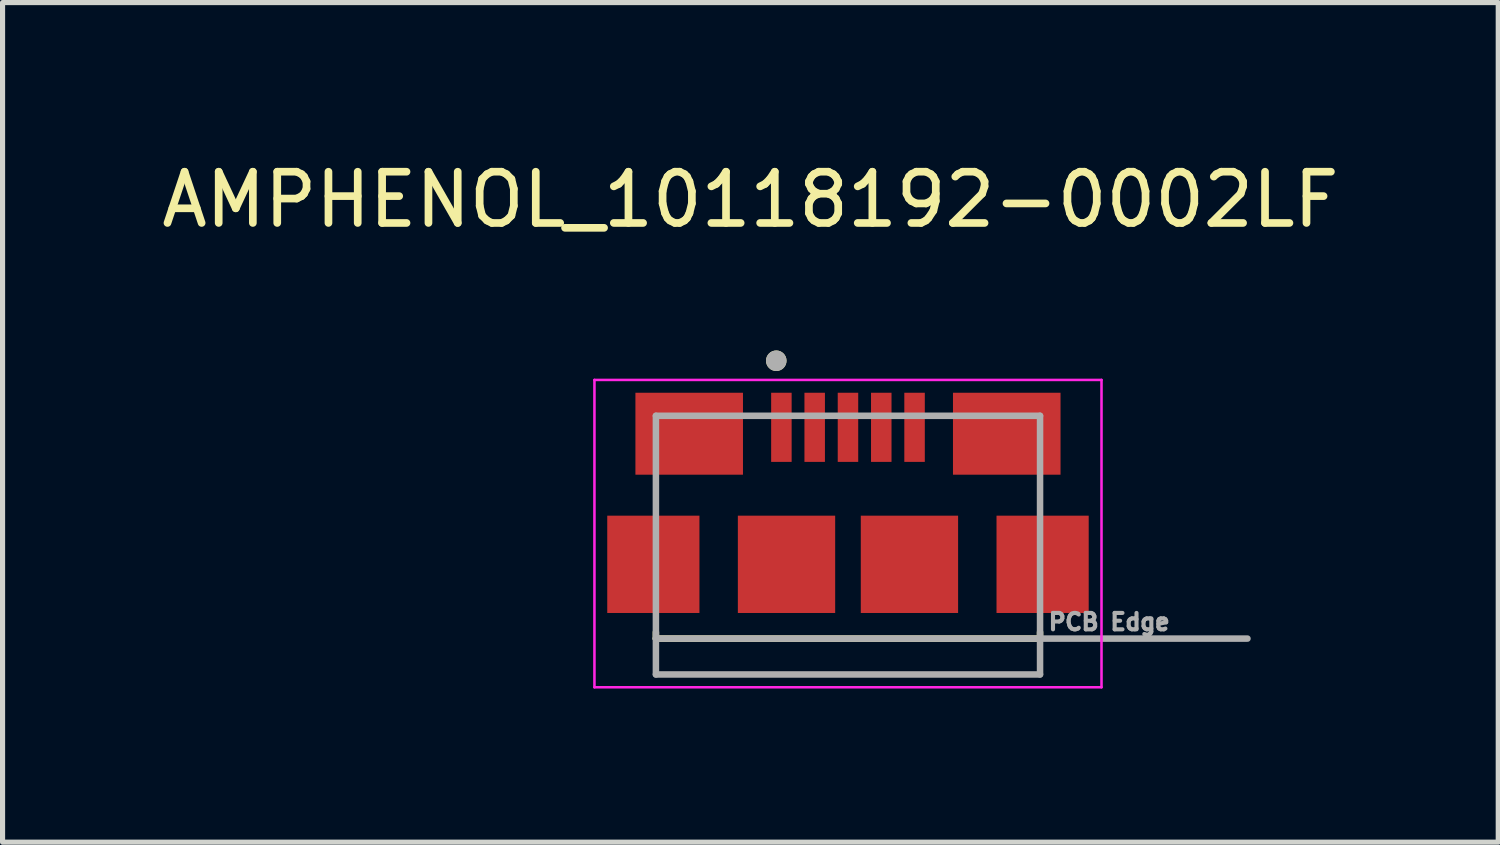
<source format=kicad_pcb>
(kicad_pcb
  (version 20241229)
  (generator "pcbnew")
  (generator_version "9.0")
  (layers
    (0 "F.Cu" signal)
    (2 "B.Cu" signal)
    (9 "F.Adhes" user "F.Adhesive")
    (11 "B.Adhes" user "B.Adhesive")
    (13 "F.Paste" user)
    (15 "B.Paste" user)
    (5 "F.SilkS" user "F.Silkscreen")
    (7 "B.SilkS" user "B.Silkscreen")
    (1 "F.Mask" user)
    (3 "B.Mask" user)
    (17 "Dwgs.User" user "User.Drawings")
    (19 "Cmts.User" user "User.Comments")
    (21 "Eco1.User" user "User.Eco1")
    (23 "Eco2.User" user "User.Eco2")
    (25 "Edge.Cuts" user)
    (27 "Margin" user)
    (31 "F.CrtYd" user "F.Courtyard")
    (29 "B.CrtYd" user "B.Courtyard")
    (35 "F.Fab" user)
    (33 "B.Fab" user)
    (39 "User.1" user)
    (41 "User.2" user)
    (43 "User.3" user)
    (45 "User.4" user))
  (footprint "AMPHENOL_10118192-0002LF"
    (layer "F.Cu")
    (at 13.506 5.293)
    (property "Reference" "AMPHENOL_10118192-0002LF" (at -1.905 -4.445 0) (layer "F.SilkS") (effects (font (size 1 1) (thickness 0.15))))
    (attr through_hole)
    (fp_line (start -3.75 4) (end -3.75 4.125) (stroke (width 0.127) (type solid)) (layer "F.SilkS"))
    (fp_line (start -3.75 4.125) (end 3.75 4.125) (stroke (width 0.127) (type solid)) (layer "F.SilkS"))
    (fp_line (start 3.75 4.125) (end 3.75 4) (stroke (width 0.127) (type solid)) (layer "F.SilkS"))
    (fp_circle (center -1.4 -1.3) (end -1.3 -1.3) (stroke (width 0.2) (type solid)) (fill no) (layer "F.SilkS"))
    (fp_line (start -4.95 -0.925) (end 4.95 -0.925) (stroke (width 0.05) (type solid)) (layer "F.CrtYd"))
    (fp_line (start -4.95 5.075) (end -4.95 -0.925) (stroke (width 0.05) (type solid)) (layer "F.CrtYd"))
    (fp_line (start 4.95 -0.925) (end 4.95 5.075) (stroke (width 0.05) (type solid)) (layer "F.CrtYd"))
    (fp_line (start 4.95 5.075) (end -4.95 5.075) (stroke (width 0.05) (type solid)) (layer "F.CrtYd"))
    (fp_line (start -3.75 -0.225) (end 3.75 -0.225) (stroke (width 0.127) (type solid)) (layer "F.Fab"))
    (fp_line (start -3.75 4.125) (end -3.75 -0.225) (stroke (width 0.127) (type solid)) (layer "F.Fab"))
    (fp_line (start -3.75 4.825) (end -3.75 4.125) (stroke (width 0.127) (type solid)) (layer "F.Fab"))
    (fp_line (start 3.75 -0.225) (end 3.75 4.125) (stroke (width 0.127) (type solid)) (layer "F.Fab"))
    (fp_line (start 3.75 4.125) (end -3.75 4.125) (stroke (width 0.127) (type solid)) (layer "F.Fab"))
    (fp_line (start 3.75 4.125) (end 3.75 4.825) (stroke (width 0.127) (type solid)) (layer "F.Fab"))
    (fp_line (start 3.75 4.125) (end 7.8 4.125) (stroke (width 0.127) (type solid)) (layer "F.Fab"))
    (fp_line (start 3.75 4.825) (end -3.75 4.825) (stroke (width 0.127) (type solid)) (layer "F.Fab"))
    (fp_circle (center -1.4 -1.3) (end -1.3 -1.3) (stroke (width 0.2) (type solid)) (fill no) (layer "F.Fab"))
    (fp_text user "PCB Edge" (at 5.1 3.8 0) (layer "F.Fab") (effects (font (size 0.32 0.32) (thickness 0.15))))
    (pad "1" smd rect (at -1.3 0) (size 0.4 1.35) (layers "F.Cu" "F.Mask" "F.Paste"))
    (pad "2" smd rect (at -0.65 0) (size 0.4 1.35) (layers "F.Cu" "F.Mask" "F.Paste"))
    (pad "3" smd rect (at 0 0) (size 0.4 1.35) (layers "F.Cu" "F.Mask" "F.Paste"))
    (pad "4" smd rect (at 0.65 0) (size 0.4 1.35) (layers "F.Cu" "F.Mask" "F.Paste"))
    (pad "5" smd rect (at 1.3 0) (size 0.4 1.35) (layers "F.Cu" "F.Mask" "F.Paste"))
    (pad "S1" smd rect (at -3.1 0.125) (size 2.1 1.6) (layers "F.Cu" "F.Mask" "F.Paste"))
    (pad "S2" smd rect (at 3.1 0.125) (size 2.1 1.6) (layers "F.Cu" "F.Mask" "F.Paste"))
    (pad "S3" smd rect (at -3.8 2.675) (size 1.8 1.9) (layers "F.Cu" "F.Mask" "F.Paste"))
    (pad "S4" smd rect (at -1.2 2.675) (size 1.9 1.9) (layers "F.Cu" "F.Mask" "F.Paste"))
    (pad "S5" smd rect (at 1.2 2.675) (size 1.9 1.9) (layers "F.Cu" "F.Mask" "F.Paste"))
    (pad "S6" smd rect (at 3.8 2.675) (size 1.8 1.9) (layers "F.Cu" "F.Mask" "F.Paste")))
  (gr_rect
    (start -3 -3)
    (end 26.202 13.393)
    (stroke (width 0.1) (type default))
    (fill no)
    (layer "Edge.Cuts")))
</source>
